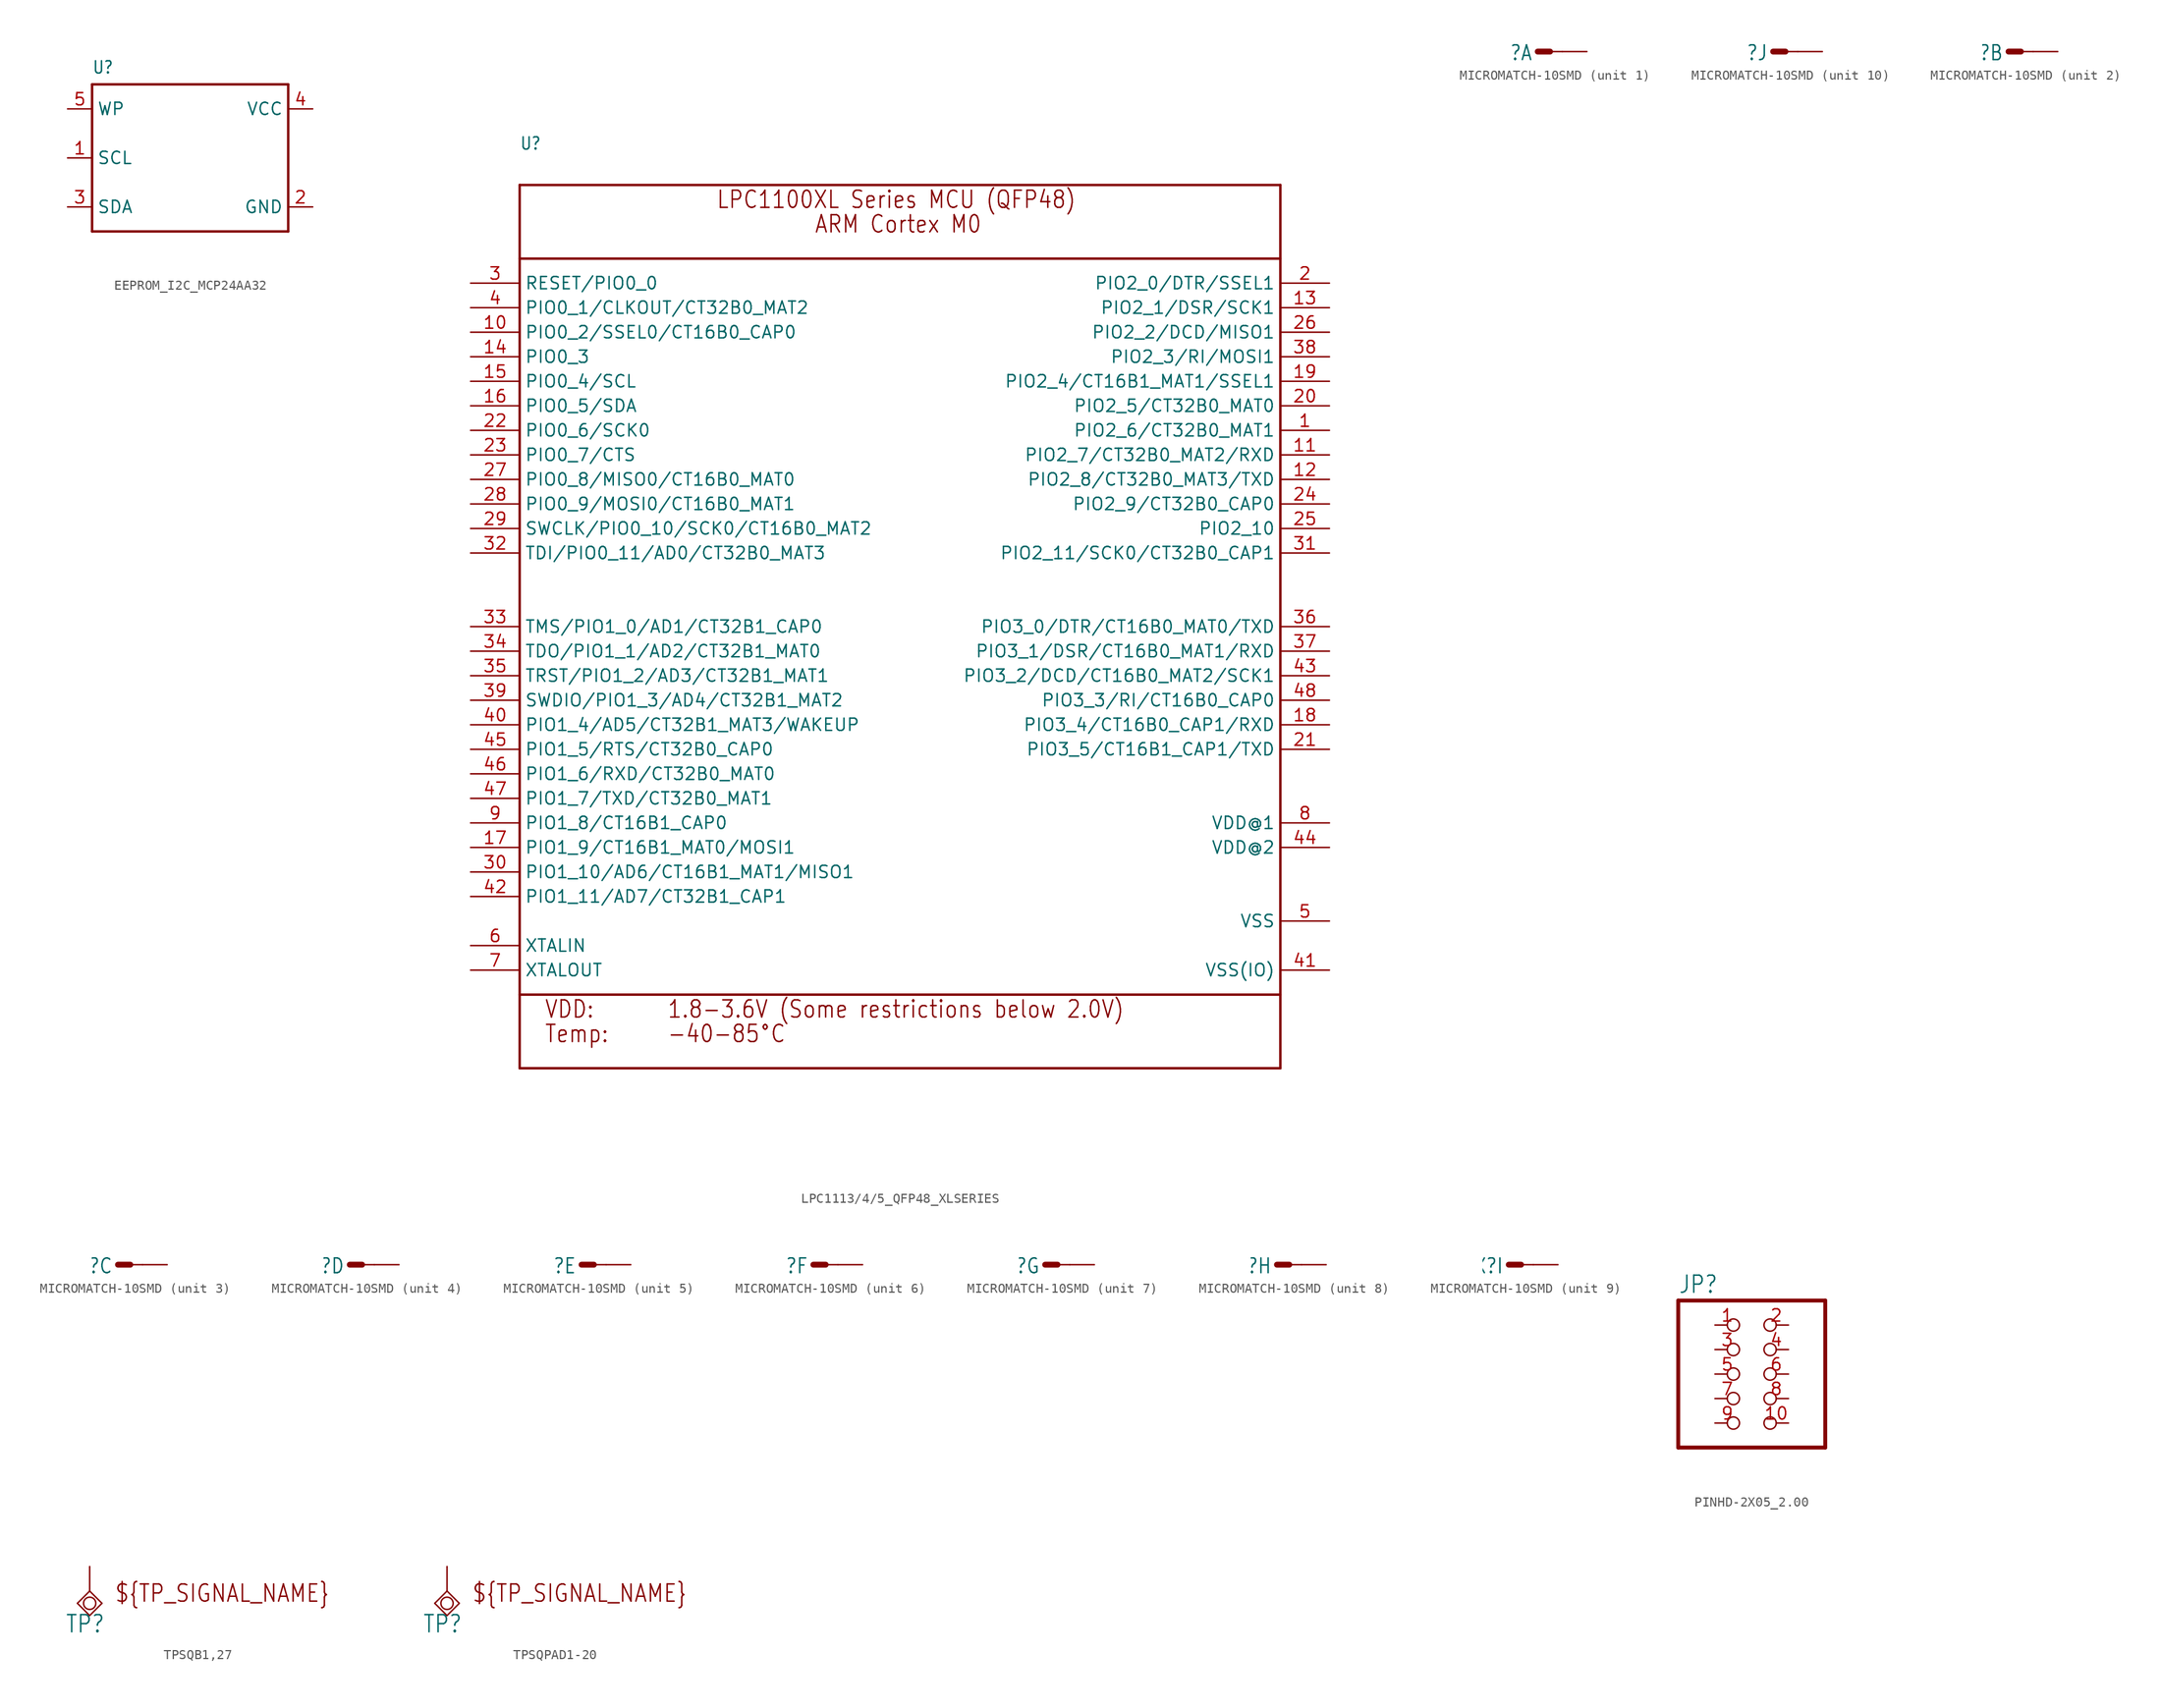
<source format=kicad_sym>
(kicad_symbol_lib
  (version 20231120)
  (generator "kicad_symbol_editor")
  (generator_version "8.0")
  (symbol "EEPROM_I2C_MCP24AA32"
    (property "Reference" "U"
      (at -10.16 8.636 0)
      (effects (font (size 1.27 1.079)) (justify left bottom)))
    (property "Value" ""
      (at -10.16 -10.16 0)
      (effects (font (size 1.27 1.079)) (justify left bottom)))
    (property "ki_locked" ""
      (at 0 0 0)
      (effects (font (size 1.27 1.27))))
    (symbol "EEPROM_I2C_MCP24AA32_1_0"
      (polyline (pts (xy -10.16 -7.62) (xy -10.16 7.62)) (stroke (width 0.254) (type solid)) (fill (type none)))
      (polyline (pts (xy -10.16 7.62) (xy 10.16 7.62)) (stroke (width 0.254) (type solid)) (fill (type none)))
      (polyline (pts (xy 10.16 -7.62) (xy -10.16 -7.62)) (stroke (width 0.254) (type solid)) (fill (type none)))
      (polyline (pts (xy 10.16 7.62) (xy 10.16 -7.62)) (stroke (width 0.254) (type solid)) (fill (type none)))
      (pin bidirectional line (at -12.7 0 0) (length 2.54) (name "SCL" (effects (font (size 1.27 1.27)))) (number "1" (effects (font (size 1.27 1.27)))))
      (pin bidirectional line (at 12.7 -5.08 180) (length 2.54) (name "GND" (effects (font (size 1.27 1.27)))) (number "2" (effects (font (size 1.27 1.27)))))
      (pin bidirectional line (at -12.7 -5.08 0) (length 2.54) (name "SDA" (effects (font (size 1.27 1.27)))) (number "3" (effects (font (size 1.27 1.27)))))
      (pin bidirectional line (at 12.7 5.08 180) (length 2.54) (name "VCC" (effects (font (size 1.27 1.27)))) (number "4" (effects (font (size 1.27 1.27)))))
      (pin bidirectional line (at -12.7 5.08 0) (length 2.54) (name "WP" (effects (font (size 1.27 1.27)))) (number "5" (effects (font (size 1.27 1.27)))))))
  (symbol "LPC1113/4/5_QFP48_XLSERIES"
    (property "Reference" "U"
      (at -40.64 46.736 0)
      (effects (font (size 1.27 1.079)) (justify left bottom)))
    (property "Value" ""
      (at -40.64 -50.8 0)
      (effects (font (size 1.27 1.079)) (justify left bottom)))
    (property "ki_locked" ""
      (at 0 0 0)
      (effects (font (size 1.27 1.27))))
    (symbol "LPC1113/4/5_QFP48_XLSERIES_1_0"
      (polyline (pts (xy -40.64 -48.26) (xy -40.64 -40.64)) (stroke (width 0.254) (type solid)) (fill (type none)))
      (polyline (pts (xy -40.64 -40.64) (xy -40.64 35.56)) (stroke (width 0.254) (type solid)) (fill (type none)))
      (polyline (pts (xy -40.64 35.56) (xy -40.64 43.18)) (stroke (width 0.254) (type solid)) (fill (type none)))
      (polyline (pts (xy -40.64 35.56) (xy 38.1 35.56)) (stroke (width 0.254) (type solid)) (fill (type none)))
      (polyline (pts (xy -40.64 43.18) (xy 38.1 43.18)) (stroke (width 0.254) (type solid)) (fill (type none)))
      (polyline (pts (xy 38.1 -48.26) (xy -40.64 -48.26)) (stroke (width 0.254) (type solid)) (fill (type none)))
      (polyline (pts (xy 38.1 -40.64) (xy -40.64 -40.64)) (stroke (width 0.254) (type solid)) (fill (type none)))
      (polyline (pts (xy 38.1 -40.64) (xy 38.1 -48.26)) (stroke (width 0.254) (type solid)) (fill (type none)))
      (polyline (pts (xy 38.1 35.56) (xy 38.1 -40.64)) (stroke (width 0.254) (type solid)) (fill (type none)))
      (polyline (pts (xy 38.1 43.18) (xy 38.1 35.56)) (stroke (width 0.254) (type solid)) (fill (type none)))
      (text "-40-85°C" (at -25.4 -45.72 0) (effects (font (size 1.778 1.511)) (justify left bottom)))
      (text "1.8-3.6V (Some restrictions below 2.0V)" (at -25.4 -43.18 0) (effects (font (size 1.778 1.511)) (justify left bottom)))
      (text "ARM Cortex M0" (at -10.16 38.1 0) (effects (font (size 1.778 1.511)) (justify left bottom)))
      (text "LPC1100XL Series MCU (QFP48)" (at -20.32 40.64 0) (effects (font (size 1.778 1.511)) (justify left bottom)))
      (text "Temp:" (at -38.1 -45.72 0) (effects (font (size 1.778 1.511)) (justify left bottom)))
      (text "VDD:" (at -38.1 -43.18 0) (effects (font (size 1.778 1.511)) (justify left bottom)))
      (pin bidirectional line (at 43.18 17.78 180) (length 5.08) (name "PIO2_6/CT32B0_MAT1" (effects (font (size 1.27 1.27)))) (number "1" (effects (font (size 1.27 1.27)))))
      (pin bidirectional line (at -45.72 27.94 0) (length 5.08) (name "PIO0_2/SSEL0/CT16B0_CAP0" (effects (font (size 1.27 1.27)))) (number "10" (effects (font (size 1.27 1.27)))))
      (pin bidirectional line (at 43.18 15.24 180) (length 5.08) (name "PIO2_7/CT32B0_MAT2/RXD" (effects (font (size 1.27 1.27)))) (number "11" (effects (font (size 1.27 1.27)))))
      (pin bidirectional line (at 43.18 12.7 180) (length 5.08) (name "PIO2_8/CT32B0_MAT3/TXD" (effects (font (size 1.27 1.27)))) (number "12" (effects (font (size 1.27 1.27)))))
      (pin bidirectional line (at 43.18 30.48 180) (length 5.08) (name "PIO2_1/DSR/SCK1" (effects (font (size 1.27 1.27)))) (number "13" (effects (font (size 1.27 1.27)))))
      (pin bidirectional line (at -45.72 25.4 0) (length 5.08) (name "PIO0_3" (effects (font (size 1.27 1.27)))) (number "14" (effects (font (size 1.27 1.27)))))
      (pin bidirectional line (at -45.72 22.86 0) (length 5.08) (name "PIO0_4/SCL" (effects (font (size 1.27 1.27)))) (number "15" (effects (font (size 1.27 1.27)))))
      (pin bidirectional line (at -45.72 20.32 0) (length 5.08) (name "PIO0_5/SDA" (effects (font (size 1.27 1.27)))) (number "16" (effects (font (size 1.27 1.27)))))
      (pin bidirectional line (at -45.72 -25.4 0) (length 5.08) (name "PIO1_9/CT16B1_MAT0/MOSI1" (effects (font (size 1.27 1.27)))) (number "17" (effects (font (size 1.27 1.27)))))
      (pin bidirectional line (at 43.18 -12.7 180) (length 5.08) (name "PIO3_4/CT16B0_CAP1/RXD" (effects (font (size 1.27 1.27)))) (number "18" (effects (font (size 1.27 1.27)))))
      (pin bidirectional line (at 43.18 22.86 180) (length 5.08) (name "PIO2_4/CT16B1_MAT1/SSEL1" (effects (font (size 1.27 1.27)))) (number "19" (effects (font (size 1.27 1.27)))))
      (pin bidirectional line (at 43.18 33.02 180) (length 5.08) (name "PIO2_0/DTR/SSEL1" (effects (font (size 1.27 1.27)))) (number "2" (effects (font (size 1.27 1.27)))))
      (pin bidirectional line (at 43.18 20.32 180) (length 5.08) (name "PIO2_5/CT32B0_MAT0" (effects (font (size 1.27 1.27)))) (number "20" (effects (font (size 1.27 1.27)))))
      (pin bidirectional line (at 43.18 -15.24 180) (length 5.08) (name "PIO3_5/CT16B1_CAP1/TXD" (effects (font (size 1.27 1.27)))) (number "21" (effects (font (size 1.27 1.27)))))
      (pin bidirectional line (at -45.72 17.78 0) (length 5.08) (name "PIO0_6/SCK0" (effects (font (size 1.27 1.27)))) (number "22" (effects (font (size 1.27 1.27)))))
      (pin bidirectional line (at -45.72 15.24 0) (length 5.08) (name "PIO0_7/CTS" (effects (font (size 1.27 1.27)))) (number "23" (effects (font (size 1.27 1.27)))))
      (pin bidirectional line (at 43.18 10.16 180) (length 5.08) (name "PIO2_9/CT32B0_CAP0" (effects (font (size 1.27 1.27)))) (number "24" (effects (font (size 1.27 1.27)))))
      (pin bidirectional line (at 43.18 7.62 180) (length 5.08) (name "PIO2_10" (effects (font (size 1.27 1.27)))) (number "25" (effects (font (size 1.27 1.27)))))
      (pin bidirectional line (at 43.18 27.94 180) (length 5.08) (name "PIO2_2/DCD/MISO1" (effects (font (size 1.27 1.27)))) (number "26" (effects (font (size 1.27 1.27)))))
      (pin bidirectional line (at -45.72 12.7 0) (length 5.08) (name "PIO0_8/MISO0/CT16B0_MAT0" (effects (font (size 1.27 1.27)))) (number "27" (effects (font (size 1.27 1.27)))))
      (pin bidirectional line (at -45.72 10.16 0) (length 5.08) (name "PIO0_9/MOSI0/CT16B0_MAT1" (effects (font (size 1.27 1.27)))) (number "28" (effects (font (size 1.27 1.27)))))
      (pin bidirectional line (at -45.72 7.62 0) (length 5.08) (name "SWCLK/PIO0_10/SCK0/CT16B0_MAT2" (effects (font (size 1.27 1.27)))) (number "29" (effects (font (size 1.27 1.27)))))
      (pin bidirectional line (at -45.72 33.02 0) (length 5.08) (name "RESET/PIO0_0" (effects (font (size 1.27 1.27)))) (number "3" (effects (font (size 1.27 1.27)))))
      (pin bidirectional line (at -45.72 -27.94 0) (length 5.08) (name "PIO1_10/AD6/CT16B1_MAT1/MISO1" (effects (font (size 1.27 1.27)))) (number "30" (effects (font (size 1.27 1.27)))))
      (pin bidirectional line (at 43.18 5.08 180) (length 5.08) (name "PIO2_11/SCK0/CT32B0_CAP1" (effects (font (size 1.27 1.27)))) (number "31" (effects (font (size 1.27 1.27)))))
      (pin bidirectional line (at -45.72 5.08 0) (length 5.08) (name "TDI/PIO0_11/AD0/CT32B0_MAT3" (effects (font (size 1.27 1.27)))) (number "32" (effects (font (size 1.27 1.27)))))
      (pin bidirectional line (at -45.72 -2.54 0) (length 5.08) (name "TMS/PIO1_0/AD1/CT32B1_CAP0" (effects (font (size 1.27 1.27)))) (number "33" (effects (font (size 1.27 1.27)))))
      (pin bidirectional line (at -45.72 -5.08 0) (length 5.08) (name "TDO/PIO1_1/AD2/CT32B1_MAT0" (effects (font (size 1.27 1.27)))) (number "34" (effects (font (size 1.27 1.27)))))
      (pin bidirectional line (at -45.72 -7.62 0) (length 5.08) (name "TRST/PIO1_2/AD3/CT32B1_MAT1" (effects (font (size 1.27 1.27)))) (number "35" (effects (font (size 1.27 1.27)))))
      (pin bidirectional line (at 43.18 -2.54 180) (length 5.08) (name "PIO3_0/DTR/CT16B0_MAT0/TXD" (effects (font (size 1.27 1.27)))) (number "36" (effects (font (size 1.27 1.27)))))
      (pin bidirectional line (at 43.18 -5.08 180) (length 5.08) (name "PIO3_1/DSR/CT16B0_MAT1/RXD" (effects (font (size 1.27 1.27)))) (number "37" (effects (font (size 1.27 1.27)))))
      (pin bidirectional line (at 43.18 25.4 180) (length 5.08) (name "PIO2_3/RI/MOSI1" (effects (font (size 1.27 1.27)))) (number "38" (effects (font (size 1.27 1.27)))))
      (pin bidirectional line (at -45.72 -10.16 0) (length 5.08) (name "SWDIO/PIO1_3/AD4/CT32B1_MAT2" (effects (font (size 1.27 1.27)))) (number "39" (effects (font (size 1.27 1.27)))))
      (pin bidirectional line (at -45.72 30.48 0) (length 5.08) (name "PIO0_1/CLKOUT/CT32B0_MAT2" (effects (font (size 1.27 1.27)))) (number "4" (effects (font (size 1.27 1.27)))))
      (pin bidirectional line (at -45.72 -12.7 0) (length 5.08) (name "PIO1_4/AD5/CT32B1_MAT3/WAKEUP" (effects (font (size 1.27 1.27)))) (number "40" (effects (font (size 1.27 1.27)))))
      (pin power_in line (at 43.18 -38.1 180) (length 5.08) (name "VSS(IO)" (effects (font (size 1.27 1.27)))) (number "41" (effects (font (size 1.27 1.27)))))
      (pin bidirectional line (at -45.72 -30.48 0) (length 5.08) (name "PIO1_11/AD7/CT32B1_CAP1" (effects (font (size 1.27 1.27)))) (number "42" (effects (font (size 1.27 1.27)))))
      (pin bidirectional line (at 43.18 -7.62 180) (length 5.08) (name "PIO3_2/DCD/CT16B0_MAT2/SCK1" (effects (font (size 1.27 1.27)))) (number "43" (effects (font (size 1.27 1.27)))))
      (pin power_in line (at 43.18 -25.4 180) (length 5.08) (name "VDD@2" (effects (font (size 1.27 1.27)))) (number "44" (effects (font (size 1.27 1.27)))))
      (pin bidirectional line (at -45.72 -15.24 0) (length 5.08) (name "PIO1_5/RTS/CT32B0_CAP0" (effects (font (size 1.27 1.27)))) (number "45" (effects (font (size 1.27 1.27)))))
      (pin bidirectional line (at -45.72 -17.78 0) (length 5.08) (name "PIO1_6/RXD/CT32B0_MAT0" (effects (font (size 1.27 1.27)))) (number "46" (effects (font (size 1.27 1.27)))))
      (pin bidirectional line (at -45.72 -20.32 0) (length 5.08) (name "PIO1_7/TXD/CT32B0_MAT1" (effects (font (size 1.27 1.27)))) (number "47" (effects (font (size 1.27 1.27)))))
      (pin bidirectional line (at 43.18 -10.16 180) (length 5.08) (name "PIO3_3/RI/CT16B0_CAP0" (effects (font (size 1.27 1.27)))) (number "48" (effects (font (size 1.27 1.27)))))
      (pin power_in line (at 43.18 -33.02 180) (length 5.08) (name "VSS" (effects (font (size 1.27 1.27)))) (number "5" (effects (font (size 1.27 1.27)))))
      (pin input line (at -45.72 -35.56 0) (length 5.08) (name "XTALIN" (effects (font (size 1.27 1.27)))) (number "6" (effects (font (size 1.27 1.27)))))
      (pin output line (at -45.72 -38.1 0) (length 5.08) (name "XTALOUT" (effects (font (size 1.27 1.27)))) (number "7" (effects (font (size 1.27 1.27)))))
      (pin power_in line (at 43.18 -22.86 180) (length 5.08) (name "VDD@1" (effects (font (size 1.27 1.27)))) (number "8" (effects (font (size 1.27 1.27)))))
      (pin bidirectional line (at -45.72 -22.86 0) (length 5.08) (name "PIO1_8/CT16B1_CAP0" (effects (font (size 1.27 1.27)))) (number "9" (effects (font (size 1.27 1.27)))))))
  (symbol "MICROMATCH-10SMD"
    (property "Reference" "X"
      (at -0.508 0.762 0)
      (effects (font (size 1.524 1.295)) (justify right top)))
    (property "ki_locked" ""
      (at 0 0 0)
      (effects (font (size 1.27 1.27))))
    (symbol "MICROMATCH-10SMD_1_0"
      (polyline (pts (xy 0 0) (xy 1.27 0)) (stroke (width 0.61) (type solid)) (fill (type none)))
      (polyline (pts (xy 1.27 0) (xy 2.54 0)) (stroke (width 0.152) (type solid)) (fill (type none)))
      (pin passive line (at 5.08 0 180) (length 2.54) (name "S" (effects (font (size 0 0)))) (number "1" (effects (font (size 0 0))))))
    (symbol "MICROMATCH-10SMD_2_0"
      (polyline (pts (xy 0 0) (xy 1.27 0)) (stroke (width 0.61) (type solid)) (fill (type none)))
      (polyline (pts (xy 1.27 0) (xy 2.54 0)) (stroke (width 0.152) (type solid)) (fill (type none)))
      (pin passive line (at 5.08 0 180) (length 2.54) (name "S" (effects (font (size 0 0)))) (number "2" (effects (font (size 0 0))))))
    (symbol "MICROMATCH-10SMD_3_0"
      (polyline (pts (xy 0 0) (xy 1.27 0)) (stroke (width 0.61) (type solid)) (fill (type none)))
      (polyline (pts (xy 1.27 0) (xy 2.54 0)) (stroke (width 0.152) (type solid)) (fill (type none)))
      (pin passive line (at 5.08 0 180) (length 2.54) (name "S" (effects (font (size 0 0)))) (number "3" (effects (font (size 0 0))))))
    (symbol "MICROMATCH-10SMD_4_0"
      (polyline (pts (xy 0 0) (xy 1.27 0)) (stroke (width 0.61) (type solid)) (fill (type none)))
      (polyline (pts (xy 1.27 0) (xy 2.54 0)) (stroke (width 0.152) (type solid)) (fill (type none)))
      (pin passive line (at 5.08 0 180) (length 2.54) (name "S" (effects (font (size 0 0)))) (number "4" (effects (font (size 0 0))))))
    (symbol "MICROMATCH-10SMD_5_0"
      (polyline (pts (xy 0 0) (xy 1.27 0)) (stroke (width 0.61) (type solid)) (fill (type none)))
      (polyline (pts (xy 1.27 0) (xy 2.54 0)) (stroke (width 0.152) (type solid)) (fill (type none)))
      (pin passive line (at 5.08 0 180) (length 2.54) (name "S" (effects (font (size 0 0)))) (number "5" (effects (font (size 0 0))))))
    (symbol "MICROMATCH-10SMD_6_0"
      (polyline (pts (xy 0 0) (xy 1.27 0)) (stroke (width 0.61) (type solid)) (fill (type none)))
      (polyline (pts (xy 1.27 0) (xy 2.54 0)) (stroke (width 0.152) (type solid)) (fill (type none)))
      (pin passive line (at 5.08 0 180) (length 2.54) (name "S" (effects (font (size 0 0)))) (number "6" (effects (font (size 0 0))))))
    (symbol "MICROMATCH-10SMD_7_0"
      (polyline (pts (xy 0 0) (xy 1.27 0)) (stroke (width 0.61) (type solid)) (fill (type none)))
      (polyline (pts (xy 1.27 0) (xy 2.54 0)) (stroke (width 0.152) (type solid)) (fill (type none)))
      (pin passive line (at 5.08 0 180) (length 2.54) (name "S" (effects (font (size 0 0)))) (number "7" (effects (font (size 0 0))))))
    (symbol "MICROMATCH-10SMD_8_0"
      (polyline (pts (xy 0 0) (xy 1.27 0)) (stroke (width 0.61) (type solid)) (fill (type none)))
      (polyline (pts (xy 1.27 0) (xy 2.54 0)) (stroke (width 0.152) (type solid)) (fill (type none)))
      (pin passive line (at 5.08 0 180) (length 2.54) (name "S" (effects (font (size 0 0)))) (number "8" (effects (font (size 0 0))))))
    (symbol "MICROMATCH-10SMD_9_0"
      (polyline (pts (xy 0 0) (xy 1.27 0)) (stroke (width 0.61) (type solid)) (fill (type none)))
      (polyline (pts (xy 1.27 0) (xy 2.54 0)) (stroke (width 0.152) (type solid)) (fill (type none)))
      (pin passive line (at 5.08 0 180) (length 2.54) (name "S" (effects (font (size 0 0)))) (number "9" (effects (font (size 0 0))))))
    (symbol "MICROMATCH-10SMD_10_0"
      (polyline (pts (xy 0 0) (xy 1.27 0)) (stroke (width 0.61) (type solid)) (fill (type none)))
      (polyline (pts (xy 1.27 0) (xy 2.54 0)) (stroke (width 0.152) (type solid)) (fill (type none)))
      (pin passive line (at 5.08 0 180) (length 2.54) (name "S" (effects (font (size 0 0)))) (number "10" (effects (font (size 0 0)))))))
  (symbol "PINHD-2X05_2.00"
    (property "Reference" "JP"
      (at -6.35 8.255 0)
      (effects (font (size 1.778 1.511)) (justify left bottom)))
    (property "Value" ""
      (at -6.35 -10.16 0)
      (effects (font (size 1.778 1.511)) (justify left bottom)))
    (property "ki_locked" ""
      (at 0 0 0)
      (effects (font (size 1.27 1.27))))
    (symbol "PINHD-2X05_2.00_1_0"
      (polyline (pts (xy -6.35 -7.62) (xy 8.89 -7.62)) (stroke (width 0.406) (type solid)) (fill (type none)))
      (polyline (pts (xy -6.35 7.62) (xy -6.35 -7.62)) (stroke (width 0.406) (type solid)) (fill (type none)))
      (polyline (pts (xy 8.89 -7.62) (xy 8.89 7.62)) (stroke (width 0.406) (type solid)) (fill (type none)))
      (polyline (pts (xy 8.89 7.62) (xy -6.35 7.62)) (stroke (width 0.406) (type solid)) (fill (type none)))
      (pin passive inverted (at -2.54 5.08 0) (length 2.54) (name "1" (effects (font (size 0 0)))) (number "1" (effects (font (size 1.27 1.27)))))
      (pin passive inverted (at 5.08 -5.08 180) (length 2.54) (name "10" (effects (font (size 0 0)))) (number "10" (effects (font (size 1.27 1.27)))))
      (pin passive inverted (at 5.08 5.08 180) (length 2.54) (name "2" (effects (font (size 0 0)))) (number "2" (effects (font (size 1.27 1.27)))))
      (pin passive inverted (at -2.54 2.54 0) (length 2.54) (name "3" (effects (font (size 0 0)))) (number "3" (effects (font (size 1.27 1.27)))))
      (pin passive inverted (at 5.08 2.54 180) (length 2.54) (name "4" (effects (font (size 0 0)))) (number "4" (effects (font (size 1.27 1.27)))))
      (pin passive inverted (at -2.54 0 0) (length 2.54) (name "5" (effects (font (size 0 0)))) (number "5" (effects (font (size 1.27 1.27)))))
      (pin passive inverted (at 5.08 0 180) (length 2.54) (name "6" (effects (font (size 0 0)))) (number "6" (effects (font (size 1.27 1.27)))))
      (pin passive inverted (at -2.54 -2.54 0) (length 2.54) (name "7" (effects (font (size 0 0)))) (number "7" (effects (font (size 1.27 1.27)))))
      (pin passive inverted (at 5.08 -2.54 180) (length 2.54) (name "8" (effects (font (size 0 0)))) (number "8" (effects (font (size 1.27 1.27)))))
      (pin passive inverted (at -2.54 -5.08 0) (length 2.54) (name "9" (effects (font (size 0 0)))) (number "9" (effects (font (size 1.27 1.27)))))))
  (symbol "TPSQB1,27"
    (property "Reference" "TP"
      (at -2.54 -4.445 0)
      (effects (font (size 1.778 1.511)) (justify left bottom)))
    (property "ki_locked" ""
      (at 0 0 0)
      (effects (font (size 1.27 1.27))))
    (symbol "TPSQB1,27_1_0"
      (circle (center 0 -1.27) (radius 0.635) (stroke (width 0.152) (type solid)) (fill (type none)))
      (polyline (pts (xy -1.27 -1.27) (xy 0 -2.54)) (stroke (width 0.152) (type solid)) (fill (type none)))
      (polyline (pts (xy 0 -2.54) (xy 1.27 -1.27)) (stroke (width 0.152) (type solid)) (fill (type none)))
      (polyline (pts (xy 0 0) (xy -1.27 -1.27)) (stroke (width 0.152) (type solid)) (fill (type none)))
      (polyline (pts (xy 1.27 -1.27) (xy 0 0)) (stroke (width 0.152) (type solid)) (fill (type none)))
      (text "${TP_SIGNAL_NAME}" (at 2.54 -1.27 0) (effects (font (size 1.778 1.511)) (justify left bottom)))
      (pin input line (at 0 2.54 270) (length 2.54) (name "TP" (effects (font (size 0 0)))) (number "TP" (effects (font (size 0 0)))))))
  (symbol "TPSQPAD1-20"
    (property "Reference" "TP"
      (at -2.54 -4.445 0)
      (effects (font (size 1.778 1.511)) (justify left bottom)))
    (property "ki_locked" ""
      (at 0 0 0)
      (effects (font (size 1.27 1.27))))
    (symbol "TPSQPAD1-20_1_0"
      (circle (center 0 -1.27) (radius 0.635) (stroke (width 0.152) (type solid)) (fill (type none)))
      (polyline (pts (xy -1.27 -1.27) (xy 0 -2.54)) (stroke (width 0.152) (type solid)) (fill (type none)))
      (polyline (pts (xy 0 -2.54) (xy 1.27 -1.27)) (stroke (width 0.152) (type solid)) (fill (type none)))
      (polyline (pts (xy 0 0) (xy -1.27 -1.27)) (stroke (width 0.152) (type solid)) (fill (type none)))
      (polyline (pts (xy 1.27 -1.27) (xy 0 0)) (stroke (width 0.152) (type solid)) (fill (type none)))
      (text "${TP_SIGNAL_NAME}" (at 2.54 -1.27 0) (effects (font (size 1.778 1.511)) (justify left bottom)))
      (pin input line (at 0 2.54 270) (length 2.54) (name "TP" (effects (font (size 0 0)))) (number "TP" (effects (font (size 0 0))))))))
</source>
